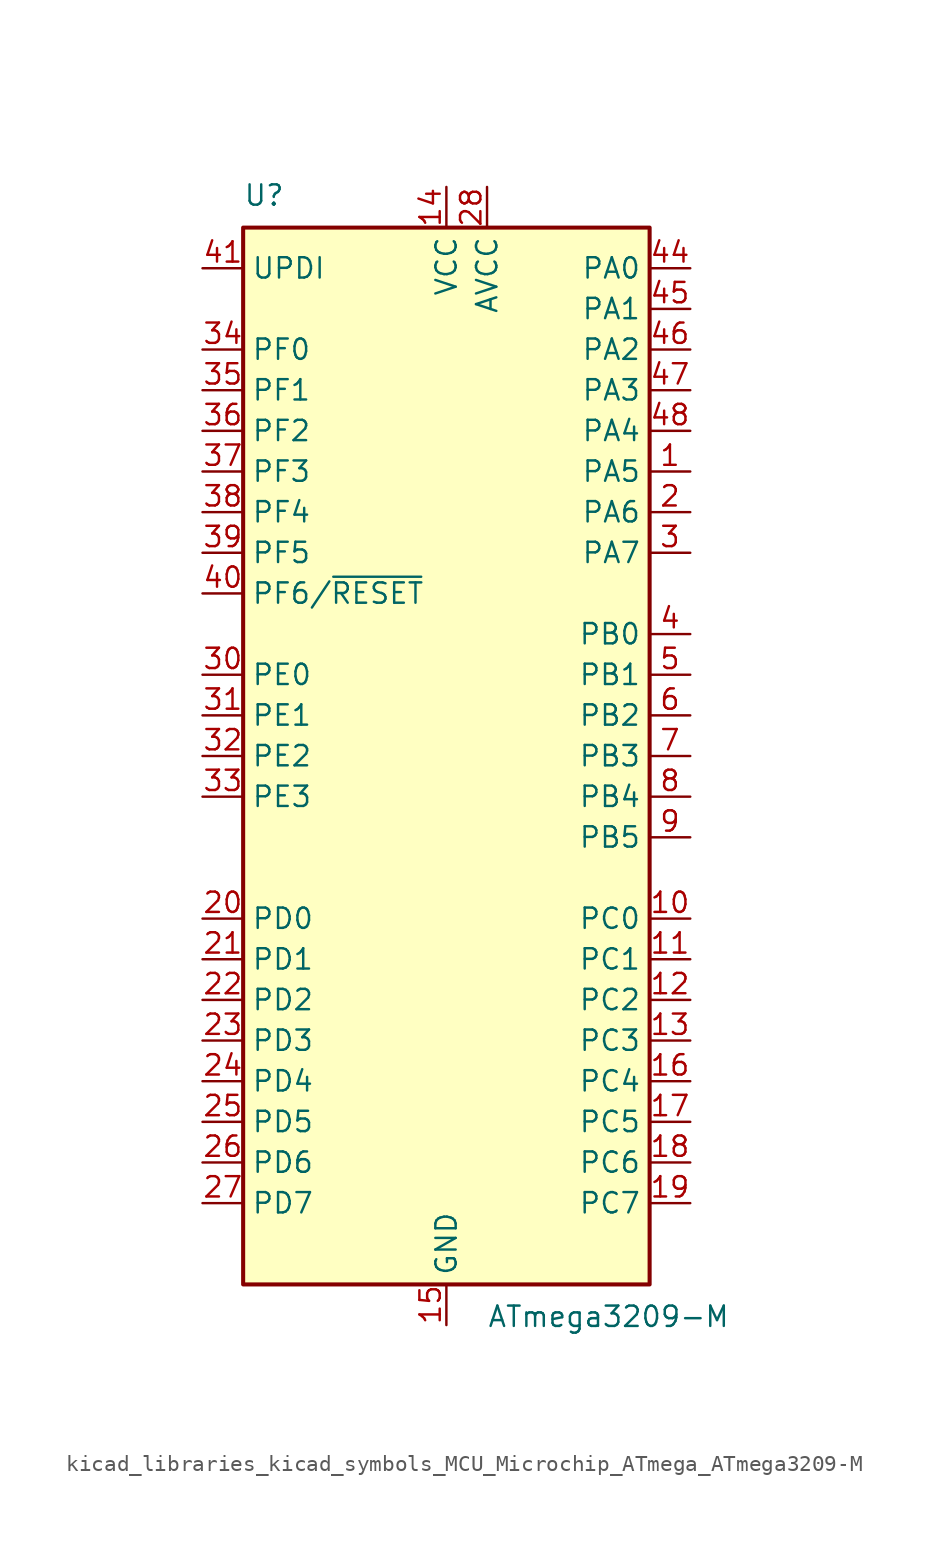
<source format=kicad_sym>
(kicad_symbol_lib
  (version 20220914)
  (generator kicad_symbol_editor)
  (symbol "kicad_libraries_kicad_symbols_MCU_Microchip_ATmega_ATmega3209-M"
    (property "Reference" "U"
      (at -12.7 34.29 0)
      (effects (font (size 1.27 1.27)) (justify left bottom)))
    (property "Value" "ATmega3209-M"
      (at 2.54 -34.29 0)
      (effects (font (size 1.27 1.27)) (justify left top)))
    (symbol "kicad_libraries_kicad_symbols_MCU_Microchip_ATmega_ATmega3209-M_0_1"
      (rectangle (start -12.7 -33.02) (end 12.7 33.02) (stroke (width 0.254) (type default)) (fill (type background))))
    (symbol "kicad_libraries_kicad_symbols_MCU_Microchip_ATmega_ATmega3209-M_1_1"
      (pin bidirectional line (at 15.24 17.78 180) (length 2.54) (name "PA5" (effects (font (size 1.27 1.27)))) (number "1" (effects (font (size 1.27 1.27)))))
      (pin bidirectional line (at 15.24 -10.16 180) (length 2.54) (name "PC0" (effects (font (size 1.27 1.27)))) (number "10" (effects (font (size 1.27 1.27)))))
      (pin bidirectional line (at 15.24 -12.7 180) (length 2.54) (name "PC1" (effects (font (size 1.27 1.27)))) (number "11" (effects (font (size 1.27 1.27)))))
      (pin bidirectional line (at 15.24 -15.24 180) (length 2.54) (name "PC2" (effects (font (size 1.27 1.27)))) (number "12" (effects (font (size 1.27 1.27)))))
      (pin bidirectional line (at 15.24 -17.78 180) (length 2.54) (name "PC3" (effects (font (size 1.27 1.27)))) (number "13" (effects (font (size 1.27 1.27)))))
      (pin power_in line (at 0 35.56 270) (length 2.54) (name "VCC" (effects (font (size 1.27 1.27)))) (number "14" (effects (font (size 1.27 1.27)))))
      (pin power_in line (at 0 -35.56 90) (length 2.54) (name "GND" (effects (font (size 1.27 1.27)))) (number "15" (effects (font (size 1.27 1.27)))))
      (pin bidirectional line (at 15.24 -20.32 180) (length 2.54) (name "PC4" (effects (font (size 1.27 1.27)))) (number "16" (effects (font (size 1.27 1.27)))))
      (pin bidirectional line (at 15.24 -22.86 180) (length 2.54) (name "PC5" (effects (font (size 1.27 1.27)))) (number "17" (effects (font (size 1.27 1.27)))))
      (pin bidirectional line (at 15.24 -25.4 180) (length 2.54) (name "PC6" (effects (font (size 1.27 1.27)))) (number "18" (effects (font (size 1.27 1.27)))))
      (pin bidirectional line (at 15.24 -27.94 180) (length 2.54) (name "PC7" (effects (font (size 1.27 1.27)))) (number "19" (effects (font (size 1.27 1.27)))))
      (pin bidirectional line (at 15.24 15.24 180) (length 2.54) (name "PA6" (effects (font (size 1.27 1.27)))) (number "2" (effects (font (size 1.27 1.27)))))
      (pin bidirectional line (at -15.24 -10.16 0) (length 2.54) (name "PD0" (effects (font (size 1.27 1.27)))) (number "20" (effects (font (size 1.27 1.27)))))
      (pin bidirectional line (at -15.24 -12.7 0) (length 2.54) (name "PD1" (effects (font (size 1.27 1.27)))) (number "21" (effects (font (size 1.27 1.27)))))
      (pin bidirectional line (at -15.24 -15.24 0) (length 2.54) (name "PD2" (effects (font (size 1.27 1.27)))) (number "22" (effects (font (size 1.27 1.27)))))
      (pin bidirectional line (at -15.24 -17.78 0) (length 2.54) (name "PD3" (effects (font (size 1.27 1.27)))) (number "23" (effects (font (size 1.27 1.27)))))
      (pin bidirectional line (at -15.24 -20.32 0) (length 2.54) (name "PD4" (effects (font (size 1.27 1.27)))) (number "24" (effects (font (size 1.27 1.27)))))
      (pin bidirectional line (at -15.24 -22.86 0) (length 2.54) (name "PD5" (effects (font (size 1.27 1.27)))) (number "25" (effects (font (size 1.27 1.27)))))
      (pin bidirectional line (at -15.24 -25.4 0) (length 2.54) (name "PD6" (effects (font (size 1.27 1.27)))) (number "26" (effects (font (size 1.27 1.27)))))
      (pin bidirectional line (at -15.24 -27.94 0) (length 2.54) (name "PD7" (effects (font (size 1.27 1.27)))) (number "27" (effects (font (size 1.27 1.27)))))
      (pin power_in line (at 2.54 35.56 270) (length 2.54) (name "AVCC" (effects (font (size 1.27 1.27)))) (number "28" (effects (font (size 1.27 1.27)))))
      (pin passive line (at 0 -35.56 90) (length 2.54) hide (name "GND" (effects (font (size 1.27 1.27)))) (number "29" (effects (font (size 1.27 1.27)))))
      (pin bidirectional line (at 15.24 12.7 180) (length 2.54) (name "PA7" (effects (font (size 1.27 1.27)))) (number "3" (effects (font (size 1.27 1.27)))))
      (pin bidirectional line (at -15.24 5.08 0) (length 2.54) (name "PE0" (effects (font (size 1.27 1.27)))) (number "30" (effects (font (size 1.27 1.27)))))
      (pin bidirectional line (at -15.24 2.54 0) (length 2.54) (name "PE1" (effects (font (size 1.27 1.27)))) (number "31" (effects (font (size 1.27 1.27)))))
      (pin bidirectional line (at -15.24 0 0) (length 2.54) (name "PE2" (effects (font (size 1.27 1.27)))) (number "32" (effects (font (size 1.27 1.27)))))
      (pin bidirectional line (at -15.24 -2.54 0) (length 2.54) (name "PE3" (effects (font (size 1.27 1.27)))) (number "33" (effects (font (size 1.27 1.27)))))
      (pin bidirectional line (at -15.24 25.4 0) (length 2.54) (name "PF0" (effects (font (size 1.27 1.27)))) (number "34" (effects (font (size 1.27 1.27)))))
      (pin bidirectional line (at -15.24 22.86 0) (length 2.54) (name "PF1" (effects (font (size 1.27 1.27)))) (number "35" (effects (font (size 1.27 1.27)))))
      (pin bidirectional line (at -15.24 20.32 0) (length 2.54) (name "PF2" (effects (font (size 1.27 1.27)))) (number "36" (effects (font (size 1.27 1.27)))))
      (pin bidirectional line (at -15.24 17.78 0) (length 2.54) (name "PF3" (effects (font (size 1.27 1.27)))) (number "37" (effects (font (size 1.27 1.27)))))
      (pin bidirectional line (at -15.24 15.24 0) (length 2.54) (name "PF4" (effects (font (size 1.27 1.27)))) (number "38" (effects (font (size 1.27 1.27)))))
      (pin bidirectional line (at -15.24 12.7 0) (length 2.54) (name "PF5" (effects (font (size 1.27 1.27)))) (number "39" (effects (font (size 1.27 1.27)))))
      (pin bidirectional line (at 15.24 7.62 180) (length 2.54) (name "PB0" (effects (font (size 1.27 1.27)))) (number "4" (effects (font (size 1.27 1.27)))))
      (pin bidirectional line (at -15.24 10.16 0) (length 2.54) (name "PF6/~{RESET}" (effects (font (size 1.27 1.27)))) (number "40" (effects (font (size 1.27 1.27)))))
      (pin bidirectional line (at -15.24 30.48 0) (length 2.54) (name "UPDI" (effects (font (size 1.27 1.27)))) (number "41" (effects (font (size 1.27 1.27)))))
      (pin passive line (at 0 35.56 270) (length 2.54) hide (name "VCC" (effects (font (size 1.27 1.27)))) (number "42" (effects (font (size 1.27 1.27)))))
      (pin passive line (at 0 -35.56 90) (length 2.54) hide (name "GND" (effects (font (size 1.27 1.27)))) (number "43" (effects (font (size 1.27 1.27)))))
      (pin bidirectional line (at 15.24 30.48 180) (length 2.54) (name "PA0" (effects (font (size 1.27 1.27)))) (number "44" (effects (font (size 1.27 1.27)))))
      (pin bidirectional line (at 15.24 27.94 180) (length 2.54) (name "PA1" (effects (font (size 1.27 1.27)))) (number "45" (effects (font (size 1.27 1.27)))))
      (pin bidirectional line (at 15.24 25.4 180) (length 2.54) (name "PA2" (effects (font (size 1.27 1.27)))) (number "46" (effects (font (size 1.27 1.27)))))
      (pin bidirectional line (at 15.24 22.86 180) (length 2.54) (name "PA3" (effects (font (size 1.27 1.27)))) (number "47" (effects (font (size 1.27 1.27)))))
      (pin bidirectional line (at 15.24 20.32 180) (length 2.54) (name "PA4" (effects (font (size 1.27 1.27)))) (number "48" (effects (font (size 1.27 1.27)))))
      (pin passive line (at 0 -35.56 90) (length 2.54) hide (name "GND" (effects (font (size 1.27 1.27)))) (number "49" (effects (font (size 1.27 1.27)))))
      (pin bidirectional line (at 15.24 5.08 180) (length 2.54) (name "PB1" (effects (font (size 1.27 1.27)))) (number "5" (effects (font (size 1.27 1.27)))))
      (pin bidirectional line (at 15.24 2.54 180) (length 2.54) (name "PB2" (effects (font (size 1.27 1.27)))) (number "6" (effects (font (size 1.27 1.27)))))
      (pin bidirectional line (at 15.24 0 180) (length 2.54) (name "PB3" (effects (font (size 1.27 1.27)))) (number "7" (effects (font (size 1.27 1.27)))))
      (pin bidirectional line (at 15.24 -2.54 180) (length 2.54) (name "PB4" (effects (font (size 1.27 1.27)))) (number "8" (effects (font (size 1.27 1.27)))))
      (pin bidirectional line (at 15.24 -5.08 180) (length 2.54) (name "PB5" (effects (font (size 1.27 1.27)))) (number "9" (effects (font (size 1.27 1.27))))))))
</source>
